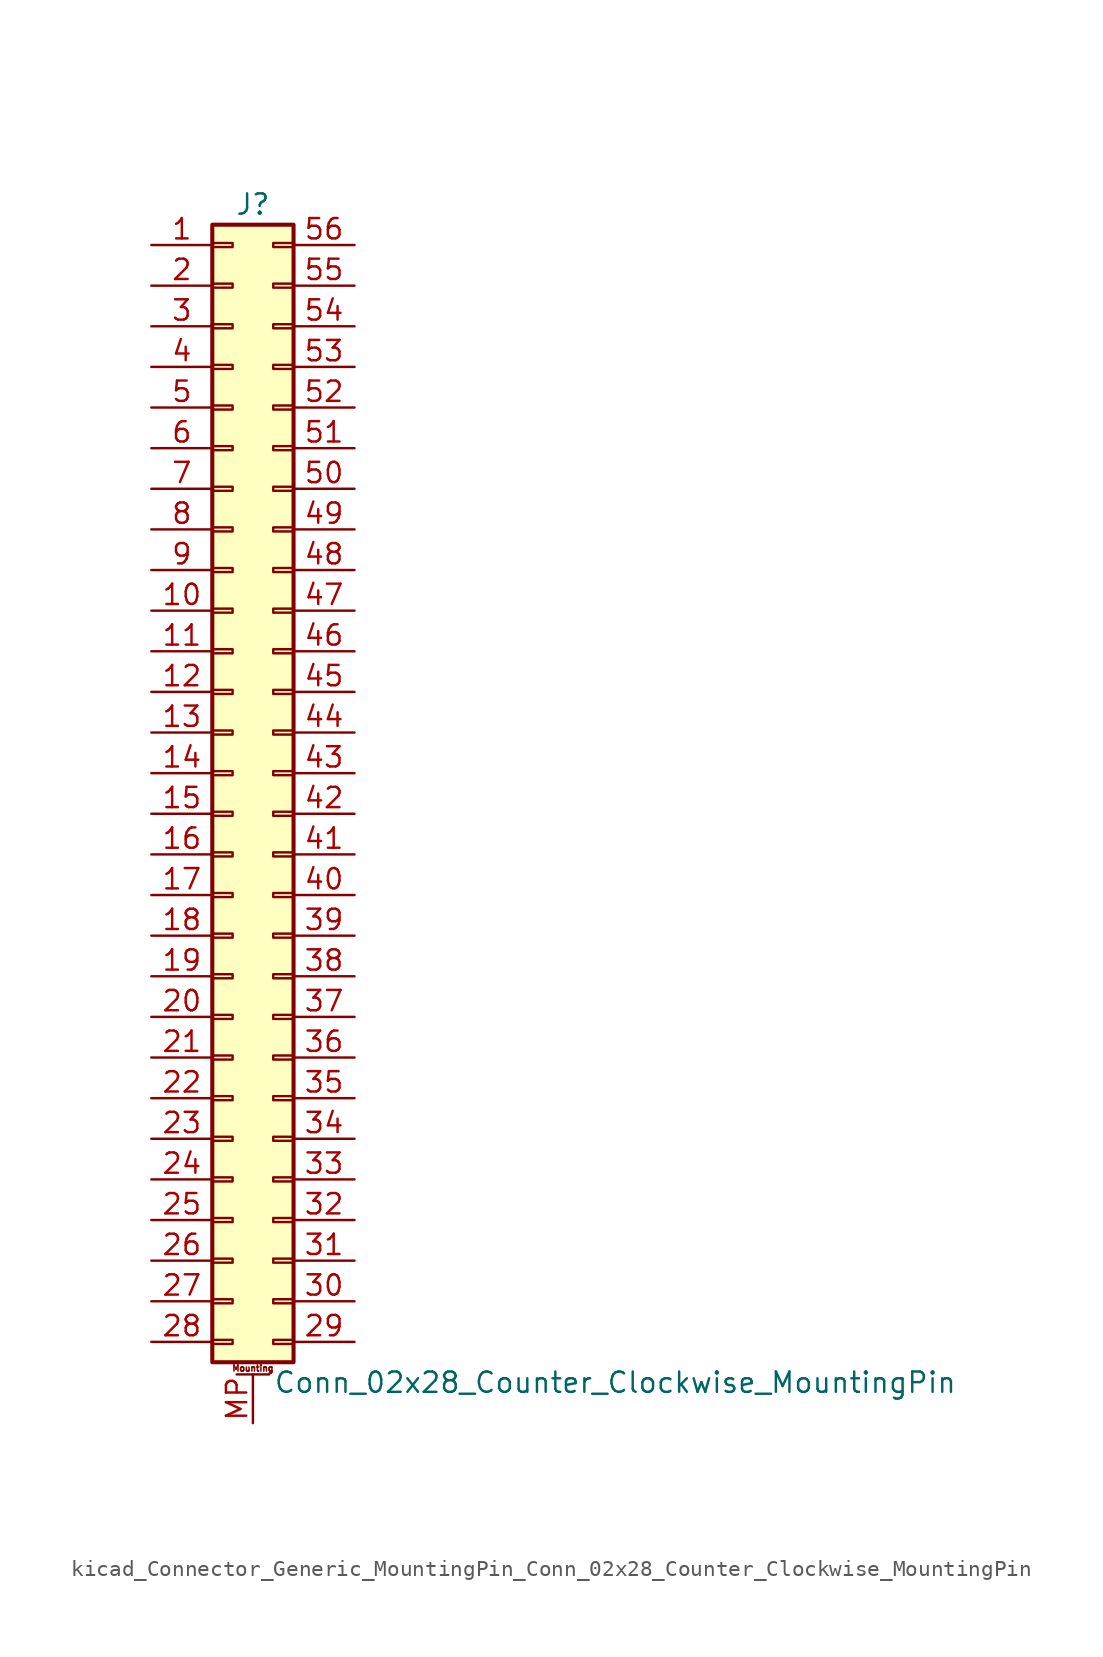
<source format=kicad_sym>
(kicad_symbol_lib
  (version 20220914)
  (generator kicad_symbol_editor)
  (symbol "kicad_Connector_Generic_MountingPin_Conn_02x28_Counter_Clockwise_MountingPin"
    (pin_names
      (offset 1.016) hide)
    (property "Reference" "J"
      (at 1.27 35.56 0)
      (effects (font (size 1.27 1.27))))
    (property "Value" "Conn_02x28_Counter_Clockwise_MountingPin"
      (at 2.54 -38.1 0)
      (effects (font (size 1.27 1.27)) (justify left)))
    (symbol "kicad_Connector_Generic_MountingPin_Conn_02x28_Counter_Clockwise_MountingPin_1_1"
      (rectangle (start -1.27 -35.433) (end 0 -35.687) (stroke (width 0.152) (type default)) (fill (type none)))
      (rectangle (start -1.27 -32.893) (end 0 -33.147) (stroke (width 0.152) (type default)) (fill (type none)))
      (rectangle (start -1.27 -30.353) (end 0 -30.607) (stroke (width 0.152) (type default)) (fill (type none)))
      (rectangle (start -1.27 -27.813) (end 0 -28.067) (stroke (width 0.152) (type default)) (fill (type none)))
      (rectangle (start -1.27 -25.273) (end 0 -25.527) (stroke (width 0.152) (type default)) (fill (type none)))
      (rectangle (start -1.27 -22.733) (end 0 -22.987) (stroke (width 0.152) (type default)) (fill (type none)))
      (rectangle (start -1.27 -20.193) (end 0 -20.447) (stroke (width 0.152) (type default)) (fill (type none)))
      (rectangle (start -1.27 -17.653) (end 0 -17.907) (stroke (width 0.152) (type default)) (fill (type none)))
      (rectangle (start -1.27 -15.113) (end 0 -15.367) (stroke (width 0.152) (type default)) (fill (type none)))
      (rectangle (start -1.27 -12.573) (end 0 -12.827) (stroke (width 0.152) (type default)) (fill (type none)))
      (rectangle (start -1.27 -10.033) (end 0 -10.287) (stroke (width 0.152) (type default)) (fill (type none)))
      (rectangle (start -1.27 -7.493) (end 0 -7.747) (stroke (width 0.152) (type default)) (fill (type none)))
      (rectangle (start -1.27 -4.953) (end 0 -5.207) (stroke (width 0.152) (type default)) (fill (type none)))
      (rectangle (start -1.27 -2.413) (end 0 -2.667) (stroke (width 0.152) (type default)) (fill (type none)))
      (rectangle (start -1.27 0.127) (end 0 -0.127) (stroke (width 0.152) (type default)) (fill (type none)))
      (rectangle (start -1.27 2.667) (end 0 2.413) (stroke (width 0.152) (type default)) (fill (type none)))
      (rectangle (start -1.27 5.207) (end 0 4.953) (stroke (width 0.152) (type default)) (fill (type none)))
      (rectangle (start -1.27 7.747) (end 0 7.493) (stroke (width 0.152) (type default)) (fill (type none)))
      (rectangle (start -1.27 10.287) (end 0 10.033) (stroke (width 0.152) (type default)) (fill (type none)))
      (rectangle (start -1.27 12.827) (end 0 12.573) (stroke (width 0.152) (type default)) (fill (type none)))
      (rectangle (start -1.27 15.367) (end 0 15.113) (stroke (width 0.152) (type default)) (fill (type none)))
      (rectangle (start -1.27 17.907) (end 0 17.653) (stroke (width 0.152) (type default)) (fill (type none)))
      (rectangle (start -1.27 20.447) (end 0 20.193) (stroke (width 0.152) (type default)) (fill (type none)))
      (rectangle (start -1.27 22.987) (end 0 22.733) (stroke (width 0.152) (type default)) (fill (type none)))
      (rectangle (start -1.27 25.527) (end 0 25.273) (stroke (width 0.152) (type default)) (fill (type none)))
      (rectangle (start -1.27 28.067) (end 0 27.813) (stroke (width 0.152) (type default)) (fill (type none)))
      (rectangle (start -1.27 30.607) (end 0 30.353) (stroke (width 0.152) (type default)) (fill (type none)))
      (rectangle (start -1.27 33.147) (end 0 32.893) (stroke (width 0.152) (type default)) (fill (type none)))
      (rectangle (start -1.27 34.29) (end 3.81 -36.83) (stroke (width 0.254) (type default)) (fill (type background)))
      (polyline (pts (xy 0.254 -37.592) (xy 2.286 -37.592)) (stroke (width 0.152) (type default)) (fill (type none)))
      (rectangle (start 3.81 -35.433) (end 2.54 -35.687) (stroke (width 0.152) (type default)) (fill (type none)))
      (rectangle (start 3.81 -32.893) (end 2.54 -33.147) (stroke (width 0.152) (type default)) (fill (type none)))
      (rectangle (start 3.81 -30.353) (end 2.54 -30.607) (stroke (width 0.152) (type default)) (fill (type none)))
      (rectangle (start 3.81 -27.813) (end 2.54 -28.067) (stroke (width 0.152) (type default)) (fill (type none)))
      (rectangle (start 3.81 -25.273) (end 2.54 -25.527) (stroke (width 0.152) (type default)) (fill (type none)))
      (rectangle (start 3.81 -22.733) (end 2.54 -22.987) (stroke (width 0.152) (type default)) (fill (type none)))
      (rectangle (start 3.81 -20.193) (end 2.54 -20.447) (stroke (width 0.152) (type default)) (fill (type none)))
      (rectangle (start 3.81 -17.653) (end 2.54 -17.907) (stroke (width 0.152) (type default)) (fill (type none)))
      (rectangle (start 3.81 -15.113) (end 2.54 -15.367) (stroke (width 0.152) (type default)) (fill (type none)))
      (rectangle (start 3.81 -12.573) (end 2.54 -12.827) (stroke (width 0.152) (type default)) (fill (type none)))
      (rectangle (start 3.81 -10.033) (end 2.54 -10.287) (stroke (width 0.152) (type default)) (fill (type none)))
      (rectangle (start 3.81 -7.493) (end 2.54 -7.747) (stroke (width 0.152) (type default)) (fill (type none)))
      (rectangle (start 3.81 -4.953) (end 2.54 -5.207) (stroke (width 0.152) (type default)) (fill (type none)))
      (rectangle (start 3.81 -2.413) (end 2.54 -2.667) (stroke (width 0.152) (type default)) (fill (type none)))
      (rectangle (start 3.81 0.127) (end 2.54 -0.127) (stroke (width 0.152) (type default)) (fill (type none)))
      (rectangle (start 3.81 2.667) (end 2.54 2.413) (stroke (width 0.152) (type default)) (fill (type none)))
      (rectangle (start 3.81 5.207) (end 2.54 4.953) (stroke (width 0.152) (type default)) (fill (type none)))
      (rectangle (start 3.81 7.747) (end 2.54 7.493) (stroke (width 0.152) (type default)) (fill (type none)))
      (rectangle (start 3.81 10.287) (end 2.54 10.033) (stroke (width 0.152) (type default)) (fill (type none)))
      (rectangle (start 3.81 12.827) (end 2.54 12.573) (stroke (width 0.152) (type default)) (fill (type none)))
      (rectangle (start 3.81 15.367) (end 2.54 15.113) (stroke (width 0.152) (type default)) (fill (type none)))
      (rectangle (start 3.81 17.907) (end 2.54 17.653) (stroke (width 0.152) (type default)) (fill (type none)))
      (rectangle (start 3.81 20.447) (end 2.54 20.193) (stroke (width 0.152) (type default)) (fill (type none)))
      (rectangle (start 3.81 22.987) (end 2.54 22.733) (stroke (width 0.152) (type default)) (fill (type none)))
      (rectangle (start 3.81 25.527) (end 2.54 25.273) (stroke (width 0.152) (type default)) (fill (type none)))
      (rectangle (start 3.81 28.067) (end 2.54 27.813) (stroke (width 0.152) (type default)) (fill (type none)))
      (rectangle (start 3.81 30.607) (end 2.54 30.353) (stroke (width 0.152) (type default)) (fill (type none)))
      (rectangle (start 3.81 33.147) (end 2.54 32.893) (stroke (width 0.152) (type default)) (fill (type none)))
      (text "Mounting" (at 1.27 -37.211 0) (effects (font (size 0.381 0.381))))
      (pin passive line (at -5.08 33.02 0) (length 3.81) (name "Pin_1" (effects (font (size 1.27 1.27)))) (number "1" (effects (font (size 1.27 1.27)))))
      (pin passive line (at -5.08 10.16 0) (length 3.81) (name "Pin_10" (effects (font (size 1.27 1.27)))) (number "10" (effects (font (size 1.27 1.27)))))
      (pin passive line (at -5.08 7.62 0) (length 3.81) (name "Pin_11" (effects (font (size 1.27 1.27)))) (number "11" (effects (font (size 1.27 1.27)))))
      (pin passive line (at -5.08 5.08 0) (length 3.81) (name "Pin_12" (effects (font (size 1.27 1.27)))) (number "12" (effects (font (size 1.27 1.27)))))
      (pin passive line (at -5.08 2.54 0) (length 3.81) (name "Pin_13" (effects (font (size 1.27 1.27)))) (number "13" (effects (font (size 1.27 1.27)))))
      (pin passive line (at -5.08 0 0) (length 3.81) (name "Pin_14" (effects (font (size 1.27 1.27)))) (number "14" (effects (font (size 1.27 1.27)))))
      (pin passive line (at -5.08 -2.54 0) (length 3.81) (name "Pin_15" (effects (font (size 1.27 1.27)))) (number "15" (effects (font (size 1.27 1.27)))))
      (pin passive line (at -5.08 -5.08 0) (length 3.81) (name "Pin_16" (effects (font (size 1.27 1.27)))) (number "16" (effects (font (size 1.27 1.27)))))
      (pin passive line (at -5.08 -7.62 0) (length 3.81) (name "Pin_17" (effects (font (size 1.27 1.27)))) (number "17" (effects (font (size 1.27 1.27)))))
      (pin passive line (at -5.08 -10.16 0) (length 3.81) (name "Pin_18" (effects (font (size 1.27 1.27)))) (number "18" (effects (font (size 1.27 1.27)))))
      (pin passive line (at -5.08 -12.7 0) (length 3.81) (name "Pin_19" (effects (font (size 1.27 1.27)))) (number "19" (effects (font (size 1.27 1.27)))))
      (pin passive line (at -5.08 30.48 0) (length 3.81) (name "Pin_2" (effects (font (size 1.27 1.27)))) (number "2" (effects (font (size 1.27 1.27)))))
      (pin passive line (at -5.08 -15.24 0) (length 3.81) (name "Pin_20" (effects (font (size 1.27 1.27)))) (number "20" (effects (font (size 1.27 1.27)))))
      (pin passive line (at -5.08 -17.78 0) (length 3.81) (name "Pin_21" (effects (font (size 1.27 1.27)))) (number "21" (effects (font (size 1.27 1.27)))))
      (pin passive line (at -5.08 -20.32 0) (length 3.81) (name "Pin_22" (effects (font (size 1.27 1.27)))) (number "22" (effects (font (size 1.27 1.27)))))
      (pin passive line (at -5.08 -22.86 0) (length 3.81) (name "Pin_23" (effects (font (size 1.27 1.27)))) (number "23" (effects (font (size 1.27 1.27)))))
      (pin passive line (at -5.08 -25.4 0) (length 3.81) (name "Pin_24" (effects (font (size 1.27 1.27)))) (number "24" (effects (font (size 1.27 1.27)))))
      (pin passive line (at -5.08 -27.94 0) (length 3.81) (name "Pin_25" (effects (font (size 1.27 1.27)))) (number "25" (effects (font (size 1.27 1.27)))))
      (pin passive line (at -5.08 -30.48 0) (length 3.81) (name "Pin_26" (effects (font (size 1.27 1.27)))) (number "26" (effects (font (size 1.27 1.27)))))
      (pin passive line (at -5.08 -33.02 0) (length 3.81) (name "Pin_27" (effects (font (size 1.27 1.27)))) (number "27" (effects (font (size 1.27 1.27)))))
      (pin passive line (at -5.08 -35.56 0) (length 3.81) (name "Pin_28" (effects (font (size 1.27 1.27)))) (number "28" (effects (font (size 1.27 1.27)))))
      (pin passive line (at 7.62 -35.56 180) (length 3.81) (name "Pin_29" (effects (font (size 1.27 1.27)))) (number "29" (effects (font (size 1.27 1.27)))))
      (pin passive line (at -5.08 27.94 0) (length 3.81) (name "Pin_3" (effects (font (size 1.27 1.27)))) (number "3" (effects (font (size 1.27 1.27)))))
      (pin passive line (at 7.62 -33.02 180) (length 3.81) (name "Pin_30" (effects (font (size 1.27 1.27)))) (number "30" (effects (font (size 1.27 1.27)))))
      (pin passive line (at 7.62 -30.48 180) (length 3.81) (name "Pin_31" (effects (font (size 1.27 1.27)))) (number "31" (effects (font (size 1.27 1.27)))))
      (pin passive line (at 7.62 -27.94 180) (length 3.81) (name "Pin_32" (effects (font (size 1.27 1.27)))) (number "32" (effects (font (size 1.27 1.27)))))
      (pin passive line (at 7.62 -25.4 180) (length 3.81) (name "Pin_33" (effects (font (size 1.27 1.27)))) (number "33" (effects (font (size 1.27 1.27)))))
      (pin passive line (at 7.62 -22.86 180) (length 3.81) (name "Pin_34" (effects (font (size 1.27 1.27)))) (number "34" (effects (font (size 1.27 1.27)))))
      (pin passive line (at 7.62 -20.32 180) (length 3.81) (name "Pin_35" (effects (font (size 1.27 1.27)))) (number "35" (effects (font (size 1.27 1.27)))))
      (pin passive line (at 7.62 -17.78 180) (length 3.81) (name "Pin_36" (effects (font (size 1.27 1.27)))) (number "36" (effects (font (size 1.27 1.27)))))
      (pin passive line (at 7.62 -15.24 180) (length 3.81) (name "Pin_37" (effects (font (size 1.27 1.27)))) (number "37" (effects (font (size 1.27 1.27)))))
      (pin passive line (at 7.62 -12.7 180) (length 3.81) (name "Pin_38" (effects (font (size 1.27 1.27)))) (number "38" (effects (font (size 1.27 1.27)))))
      (pin passive line (at 7.62 -10.16 180) (length 3.81) (name "Pin_39" (effects (font (size 1.27 1.27)))) (number "39" (effects (font (size 1.27 1.27)))))
      (pin passive line (at -5.08 25.4 0) (length 3.81) (name "Pin_4" (effects (font (size 1.27 1.27)))) (number "4" (effects (font (size 1.27 1.27)))))
      (pin passive line (at 7.62 -7.62 180) (length 3.81) (name "Pin_40" (effects (font (size 1.27 1.27)))) (number "40" (effects (font (size 1.27 1.27)))))
      (pin passive line (at 7.62 -5.08 180) (length 3.81) (name "Pin_41" (effects (font (size 1.27 1.27)))) (number "41" (effects (font (size 1.27 1.27)))))
      (pin passive line (at 7.62 -2.54 180) (length 3.81) (name "Pin_42" (effects (font (size 1.27 1.27)))) (number "42" (effects (font (size 1.27 1.27)))))
      (pin passive line (at 7.62 0 180) (length 3.81) (name "Pin_43" (effects (font (size 1.27 1.27)))) (number "43" (effects (font (size 1.27 1.27)))))
      (pin passive line (at 7.62 2.54 180) (length 3.81) (name "Pin_44" (effects (font (size 1.27 1.27)))) (number "44" (effects (font (size 1.27 1.27)))))
      (pin passive line (at 7.62 5.08 180) (length 3.81) (name "Pin_45" (effects (font (size 1.27 1.27)))) (number "45" (effects (font (size 1.27 1.27)))))
      (pin passive line (at 7.62 7.62 180) (length 3.81) (name "Pin_46" (effects (font (size 1.27 1.27)))) (number "46" (effects (font (size 1.27 1.27)))))
      (pin passive line (at 7.62 10.16 180) (length 3.81) (name "Pin_47" (effects (font (size 1.27 1.27)))) (number "47" (effects (font (size 1.27 1.27)))))
      (pin passive line (at 7.62 12.7 180) (length 3.81) (name "Pin_48" (effects (font (size 1.27 1.27)))) (number "48" (effects (font (size 1.27 1.27)))))
      (pin passive line (at 7.62 15.24 180) (length 3.81) (name "Pin_49" (effects (font (size 1.27 1.27)))) (number "49" (effects (font (size 1.27 1.27)))))
      (pin passive line (at -5.08 22.86 0) (length 3.81) (name "Pin_5" (effects (font (size 1.27 1.27)))) (number "5" (effects (font (size 1.27 1.27)))))
      (pin passive line (at 7.62 17.78 180) (length 3.81) (name "Pin_50" (effects (font (size 1.27 1.27)))) (number "50" (effects (font (size 1.27 1.27)))))
      (pin passive line (at 7.62 20.32 180) (length 3.81) (name "Pin_51" (effects (font (size 1.27 1.27)))) (number "51" (effects (font (size 1.27 1.27)))))
      (pin passive line (at 7.62 22.86 180) (length 3.81) (name "Pin_52" (effects (font (size 1.27 1.27)))) (number "52" (effects (font (size 1.27 1.27)))))
      (pin passive line (at 7.62 25.4 180) (length 3.81) (name "Pin_53" (effects (font (size 1.27 1.27)))) (number "53" (effects (font (size 1.27 1.27)))))
      (pin passive line (at 7.62 27.94 180) (length 3.81) (name "Pin_54" (effects (font (size 1.27 1.27)))) (number "54" (effects (font (size 1.27 1.27)))))
      (pin passive line (at 7.62 30.48 180) (length 3.81) (name "Pin_55" (effects (font (size 1.27 1.27)))) (number "55" (effects (font (size 1.27 1.27)))))
      (pin passive line (at 7.62 33.02 180) (length 3.81) (name "Pin_56" (effects (font (size 1.27 1.27)))) (number "56" (effects (font (size 1.27 1.27)))))
      (pin passive line (at -5.08 20.32 0) (length 3.81) (name "Pin_6" (effects (font (size 1.27 1.27)))) (number "6" (effects (font (size 1.27 1.27)))))
      (pin passive line (at -5.08 17.78 0) (length 3.81) (name "Pin_7" (effects (font (size 1.27 1.27)))) (number "7" (effects (font (size 1.27 1.27)))))
      (pin passive line (at -5.08 15.24 0) (length 3.81) (name "Pin_8" (effects (font (size 1.27 1.27)))) (number "8" (effects (font (size 1.27 1.27)))))
      (pin passive line (at -5.08 12.7 0) (length 3.81) (name "Pin_9" (effects (font (size 1.27 1.27)))) (number "9" (effects (font (size 1.27 1.27)))))
      (pin passive line (at 1.27 -40.64 90) (length 3.048) (name "MountPin" (effects (font (size 1.27 1.27)))) (number "MP" (effects (font (size 1.27 1.27))))))))
</source>
